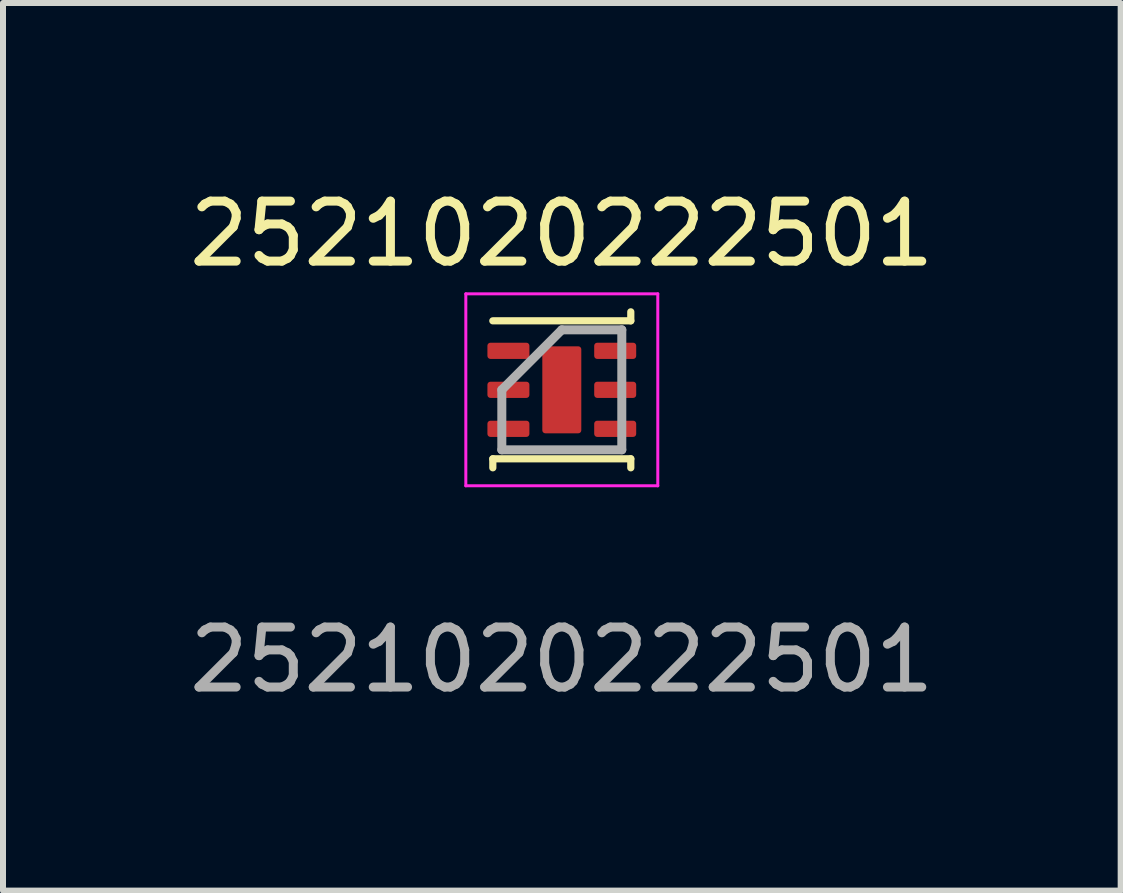
<source format=kicad_pcb>
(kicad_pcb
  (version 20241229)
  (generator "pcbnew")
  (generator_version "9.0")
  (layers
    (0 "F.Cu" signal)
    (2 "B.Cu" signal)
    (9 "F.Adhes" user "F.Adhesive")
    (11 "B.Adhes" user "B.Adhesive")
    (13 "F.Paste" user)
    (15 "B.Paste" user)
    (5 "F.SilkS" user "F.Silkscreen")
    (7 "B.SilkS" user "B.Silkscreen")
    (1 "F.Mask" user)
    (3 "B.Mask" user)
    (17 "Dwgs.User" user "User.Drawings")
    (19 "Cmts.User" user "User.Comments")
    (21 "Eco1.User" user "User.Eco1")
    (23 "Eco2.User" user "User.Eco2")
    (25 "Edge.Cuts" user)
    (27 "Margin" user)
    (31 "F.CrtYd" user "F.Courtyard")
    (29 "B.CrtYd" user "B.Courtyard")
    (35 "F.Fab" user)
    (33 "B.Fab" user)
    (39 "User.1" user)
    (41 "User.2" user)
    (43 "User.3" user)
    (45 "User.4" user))
  (footprint "2521020222501"
    (layer "F.Cu")
    (at 6.315 3.448)
    (property "Reference" "2521020222501" (at 0 -2.6 0) (layer "F.SilkS") (effects (font (size 1 1) (thickness 0.15))))
    (attr smd)
    (fp_line (start -1.15 -1.15) (end 1.15 -1.15) (stroke (width 0.12) (type default)) (layer "F.SilkS"))
    (fp_line (start -1.15 1.15) (end 1.15 1.15) (stroke (width 0.12) (type default)) (layer "F.SilkS"))
    (fp_line (start -1.15 1.3) (end -1.15 1.15) (stroke (width 0.12) (type default)) (layer "F.SilkS"))
    (fp_line (start 1.15 -1.15) (end 1.15 -1.3) (stroke (width 0.12) (type default)) (layer "F.SilkS"))
    (fp_line (start 1.15 1.15) (end 1.15 1.3) (stroke (width 0.12) (type default)) (layer "F.SilkS"))
    (fp_line (start -1.6 -1.6) (end 1.6 -1.6) (stroke (width 0.05) (type default)) (layer "F.CrtYd"))
    (fp_line (start -1.6 1.6) (end -1.6 -1.6) (stroke (width 0.05) (type default)) (layer "F.CrtYd"))
    (fp_line (start 1.6 -1.6) (end 1.6 1.6) (stroke (width 0.05) (type default)) (layer "F.CrtYd"))
    (fp_line (start 1.6 1.6) (end -1.6 1.6) (stroke (width 0.05) (type default)) (layer "F.CrtYd"))
    (fp_line (start -1 0) (end -1 1) (stroke (width 0.15) (type default)) (layer "F.Fab"))
    (fp_line (start -1 1) (end 1 1) (stroke (width 0.15) (type default)) (layer "F.Fab"))
    (fp_line (start 0 -1) (end -1 0) (stroke (width 0.15) (type default)) (layer "F.Fab"))
    (fp_line (start 1 -1) (end 0 -1) (stroke (width 0.15) (type default)) (layer "F.Fab"))
    (fp_line (start 1 1) (end 1 -1) (stroke (width 0.15) (type default)) (layer "F.Fab"))
    (fp_text user "${REFERENCE}" (at 0 4.5 0) (layer "F.Fab") (effects (font (size 1 1) (thickness 0.15))))
    (pad "" smd rect (at -0.244 -0.544) (size 0.000001 0.2) (layers "F.Paste"))
    (pad "" smd rect (at -0.244 -0.181) (size 0.000001 0.2) (layers "F.Paste"))
    (pad "" smd rect (at -0.244 0.181) (size 0.000001 0.2) (layers "F.Paste"))
    (pad "" smd rect (at -0.244 0.544) (size 0.000001 0.2) (layers "F.Paste"))
    (pad "" smd rect (at -0.081 -0.544) (size 0.000001 0.2) (layers "F.Paste"))
    (pad "" smd rect (at -0.081 -0.181) (size 0.000001 0.2) (layers "F.Paste"))
    (pad "" smd rect (at -0.081 0.181) (size 0.000001 0.2) (layers "F.Paste"))
    (pad "" smd rect (at -0.081 0.544) (size 0.000001 0.2) (layers "F.Paste"))
    (pad "" smd rect (at 0.081 -0.544) (size 0.000001 0.2) (layers "F.Paste"))
    (pad "" smd rect (at 0.081 -0.181) (size 0.000001 0.2) (layers "F.Paste"))
    (pad "" smd rect (at 0.081 0.181) (size 0.000001 0.2) (layers "F.Paste"))
    (pad "" smd rect (at 0.081 0.544) (size 0.000001 0.2) (layers "F.Paste"))
    (pad "" smd rect (at 0.244 -0.544) (size 0.000001 0.2) (layers "F.Paste"))
    (pad "" smd rect (at 0.244 -0.181) (size 0.000001 0.2) (layers "F.Paste"))
    (pad "" smd rect (at 0.244 0.181) (size 0.000001 0.2) (layers "F.Paste"))
    (pad "" smd rect (at 0.244 0.544) (size 0.000001 0.2) (layers "F.Paste"))
    (pad "1" smd roundrect (at -0.89 -0.65 90) (size 0.27 0.7) (layers "F.Cu" "F.Mask" "F.Paste") (roundrect_rratio 0.185))
    (pad "2" smd roundrect (at -0.89 0 90) (size 0.27 0.7) (layers "F.Cu" "F.Mask" "F.Paste") (roundrect_rratio 0.185))
    (pad "3" smd roundrect (at -0.89 0.65 90) (size 0.27 0.7) (layers "F.Cu" "F.Mask" "F.Paste") (roundrect_rratio 0.185))
    (pad "4" smd roundrect (at 0.89 0.65 90) (size 0.27 0.7) (layers "F.Cu" "F.Mask" "F.Paste") (roundrect_rratio 0.185))
    (pad "5" smd roundrect (at 0.89 0 90) (size 0.27 0.7) (layers "F.Cu" "F.Mask" "F.Paste") (roundrect_rratio 0.185))
    (pad "6" smd roundrect (at 0.89 -0.65 90) (size 0.27 0.7) (layers "F.Cu" "F.Mask" "F.Paste") (roundrect_rratio 0.185))
    (pad "7" smd roundrect (at 0 0) (size 0.65 1.45) (layers "F.Cu" "F.Mask") (roundrect_rratio 0.077) (chamfer_ratio 0.2) (chamfer top_left)))
  (gr_rect
    (start -3 -3)
    (end 15.631 11.796)
    (stroke (width 0.1) (type default))
    (fill no)
    (layer "Edge.Cuts")))
</source>
